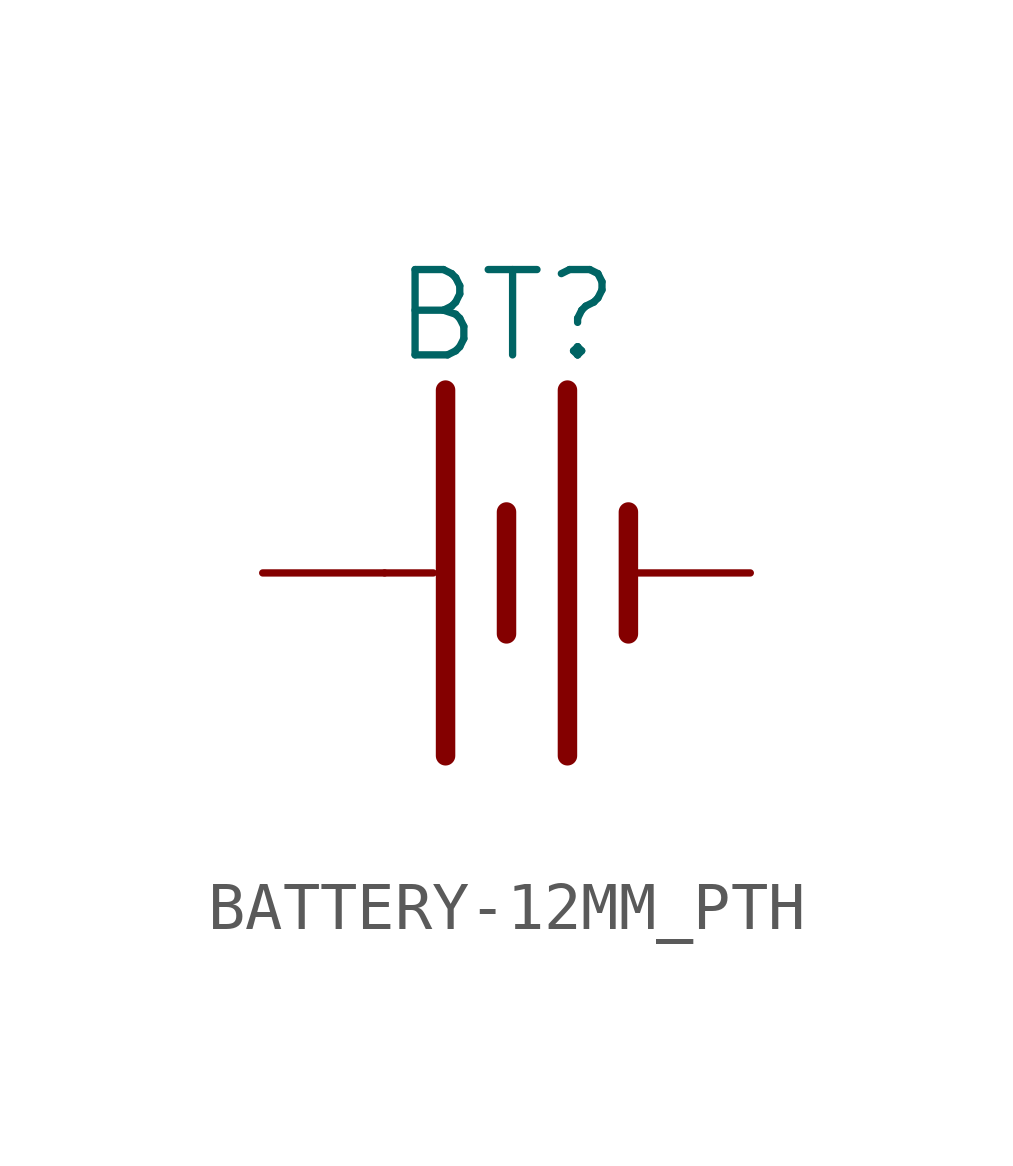
<source format=kicad_sym>
(kicad_symbol_lib
  (version 20231120)
  (generator "kicad_symbol_editor")
  (generator_version "8.0")
  (symbol "BATTERY-12MM_PTH"
    (property "Reference" "BT"
      (at 0 4.318 0)
      (effects (font (size 1.778 1.778)) (justify bottom)))
    (property "Value" ""
      (at 0 -4.318 0)
      (effects (font (size 1.778 1.778)) (justify top)))
    (property "ki_locked" ""
      (at 0 0 0)
      (effects (font (size 1.27 1.27))))
    (symbol "BATTERY-12MM_PTH_1_0"
      (polyline (pts (xy -2.54 0) (xy -1.524 0)) (stroke (width 0.152) (type solid)) (fill (type none)))
      (polyline (pts (xy -1.27 3.81) (xy -1.27 -3.81)) (stroke (width 0.406) (type solid)) (fill (type none)))
      (polyline (pts (xy 0 1.27) (xy 0 -1.27)) (stroke (width 0.406) (type solid)) (fill (type none)))
      (polyline (pts (xy 1.27 3.81) (xy 1.27 -3.81)) (stroke (width 0.406) (type solid)) (fill (type none)))
      (polyline (pts (xy 2.54 1.27) (xy 2.54 -1.27)) (stroke (width 0.406) (type solid)) (fill (type none)))
      (pin power_in line (at 5.08 0 180) (length 2.54) (name "-" (effects (font (size 0 0)))) (number "GND" (effects (font (size 0 0)))))
      (pin power_in line (at -5.08 0 0) (length 2.54) (name "+" (effects (font (size 0 0)))) (number "VCC@1" (effects (font (size 0 0))))))))
</source>
